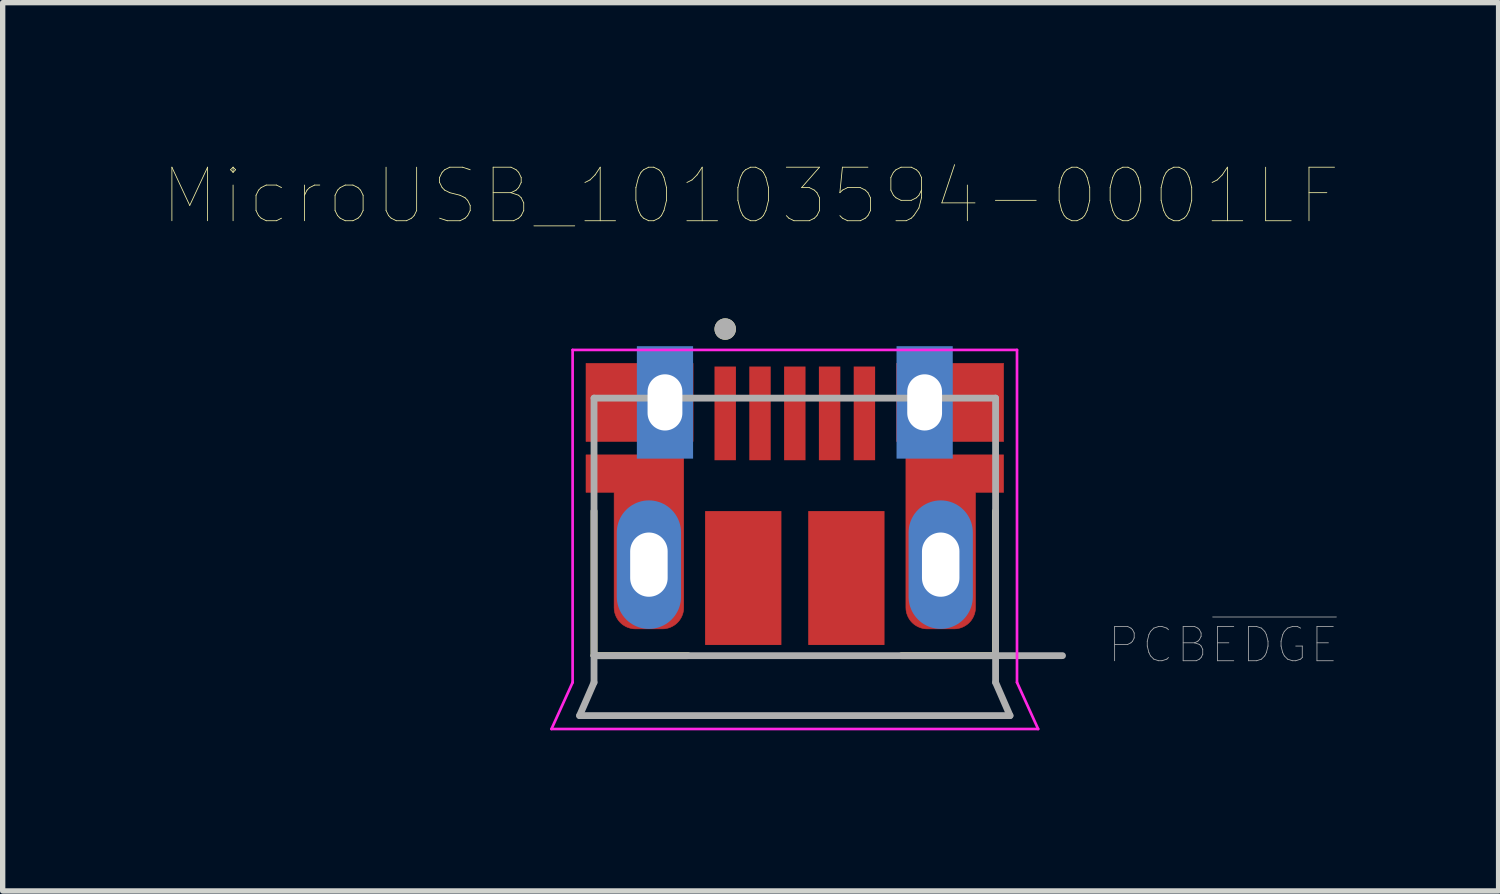
<source format=kicad_pcb>
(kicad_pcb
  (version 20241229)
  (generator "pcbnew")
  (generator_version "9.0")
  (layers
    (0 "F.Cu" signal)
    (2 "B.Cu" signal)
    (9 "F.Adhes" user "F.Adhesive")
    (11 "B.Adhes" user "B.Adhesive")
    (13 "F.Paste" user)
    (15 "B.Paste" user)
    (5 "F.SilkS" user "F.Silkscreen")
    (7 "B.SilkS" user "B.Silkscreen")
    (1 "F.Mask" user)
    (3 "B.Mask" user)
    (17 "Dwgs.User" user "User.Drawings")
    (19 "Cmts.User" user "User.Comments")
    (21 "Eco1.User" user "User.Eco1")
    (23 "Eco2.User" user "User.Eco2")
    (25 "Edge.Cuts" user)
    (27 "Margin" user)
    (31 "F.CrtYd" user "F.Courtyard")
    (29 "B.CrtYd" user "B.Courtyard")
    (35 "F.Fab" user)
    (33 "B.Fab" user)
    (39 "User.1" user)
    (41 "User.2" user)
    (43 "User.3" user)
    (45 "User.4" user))
  (footprint "MicroUSB_10103594-0001LF"
    (layer "F.Cu")
    (at 11.795 7.496)
    (property "Reference" "MicroUSB_10103594-0001LF" (at -0.825 -6.885 0) (layer "F.SilkS") (effects (font (size 1 1) (thickness 0.015))))
    (attr through_hole)
    (fp_poly (pts (xy -1.9 -2.3) (xy -1.9 -3.76) (xy -3.9 -3.76) (xy -3.9 -2.3)) (stroke (width 0.01) (type solid)) (fill yes) (layer "F.Cu"))
    (fp_poly (pts (xy 1.9 -2.3) (xy 1.9 -3.76) (xy 3.9 -3.76) (xy 3.9 -2.3)) (stroke (width 0.01) (type solid)) (fill yes) (layer "F.Cu"))
    (fp_poly (pts (xy -3.9 -2.05) (xy -3.9 -1.35) (xy -3.375 -1.35) (xy -3.375 0.8) (xy -3.374 0.821) (xy -3.373 0.842) (xy -3.37 0.863) (xy -3.366 0.883) (xy -3.361 0.904) (xy -3.355 0.924) (xy -3.348 0.943) (xy -3.34 0.963) (xy -3.331 0.982) (xy -3.321 1) (xy -3.31 1.018) (xy -3.299 1.035) (xy -3.286 1.052) (xy -3.272 1.068) (xy -3.258 1.083) (xy -3.243 1.097) (xy -3.227 1.111) (xy -3.21 1.124) (xy -3.193 1.135) (xy -3.175 1.146) (xy -3.157 1.156) (xy -3.138 1.165) (xy -3.118 1.173) (xy -3.099 1.18) (xy -3.079 1.186) (xy -3.058 1.191) (xy -3.038 1.195) (xy -3.017 1.198) (xy -2.996 1.199) (xy -2.975 1.2) (xy -2.475 1.2) (xy -2.454 1.199) (xy -2.433 1.198) (xy -2.412 1.195) (xy -2.392 1.191) (xy -2.371 1.186) (xy -2.351 1.18) (xy -2.332 1.173) (xy -2.312 1.165) (xy -2.293 1.156) (xy -2.275 1.146) (xy -2.257 1.135) (xy -2.24 1.124) (xy -2.223 1.111) (xy -2.207 1.097) (xy -2.192 1.083) (xy -2.178 1.068) (xy -2.164 1.052) (xy -2.151 1.035) (xy -2.14 1.018) (xy -2.129 1) (xy -2.119 0.982) (xy -2.11 0.963) (xy -2.102 0.943) (xy -2.095 0.924) (xy -2.089 0.904) (xy -2.084 0.883) (xy -2.08 0.863) (xy -2.077 0.842) (xy -2.076 0.821) (xy -2.075 0.8) (xy -2.075 -2.05) (xy -3.9 -2.05)) (stroke (width 0.01) (type solid)) (fill yes) (layer "F.Cu"))
    (fp_poly (pts (xy 3.9 -2.05) (xy 3.9 -1.35) (xy 3.375 -1.35) (xy 3.375 0.8) (xy 3.374 0.821) (xy 3.373 0.842) (xy 3.37 0.863) (xy 3.366 0.883) (xy 3.361 0.904) (xy 3.355 0.924) (xy 3.348 0.943) (xy 3.34 0.963) (xy 3.331 0.982) (xy 3.321 1) (xy 3.31 1.018) (xy 3.299 1.035) (xy 3.286 1.052) (xy 3.272 1.068) (xy 3.258 1.083) (xy 3.243 1.097) (xy 3.227 1.111) (xy 3.21 1.124) (xy 3.193 1.135) (xy 3.175 1.146) (xy 3.157 1.156) (xy 3.138 1.165) (xy 3.118 1.173) (xy 3.099 1.18) (xy 3.079 1.186) (xy 3.058 1.191) (xy 3.038 1.195) (xy 3.017 1.198) (xy 2.996 1.199) (xy 2.975 1.2) (xy 2.475 1.2) (xy 2.454 1.199) (xy 2.433 1.198) (xy 2.412 1.195) (xy 2.392 1.191) (xy 2.371 1.186) (xy 2.351 1.18) (xy 2.332 1.173) (xy 2.312 1.165) (xy 2.293 1.156) (xy 2.275 1.146) (xy 2.257 1.135) (xy 2.24 1.124) (xy 2.223 1.111) (xy 2.207 1.097) (xy 2.192 1.083) (xy 2.178 1.068) (xy 2.164 1.052) (xy 2.151 1.035) (xy 2.14 1.018) (xy 2.129 1) (xy 2.119 0.982) (xy 2.11 0.963) (xy 2.102 0.943) (xy 2.095 0.924) (xy 2.089 0.904) (xy 2.084 0.883) (xy 2.08 0.863) (xy 2.077 0.842) (xy 2.076 0.821) (xy 2.075 0.8) (xy 2.075 -2.05) (xy 3.9 -2.05)) (stroke (width 0.01) (type solid)) (fill yes) (layer "F.Cu"))
    (fp_poly (pts (xy -4 -3.86) (xy -1.8 -3.86) (xy -1.8 -2.2) (xy -4 -2.2)) (stroke (width 0.01) (type solid)) (fill yes) (layer "F.Mask"))
    (fp_poly (pts (xy 1.8 -3.86) (xy 4 -3.86) (xy 4 -2.2) (xy 1.8 -2.2)) (stroke (width 0.01) (type solid)) (fill yes) (layer "F.Mask"))
    (fp_poly (pts (xy -4 -2.15) (xy -1.975 -2.15) (xy -1.975 0.8) (xy -1.976 0.826) (xy -1.978 0.852) (xy -1.981 0.878) (xy -1.986 0.904) (xy -1.992 0.929) (xy -1.999 0.955) (xy -2.008 0.979) (xy -2.018 1.003) (xy -2.029 1.027) (xy -2.042 1.05) (xy -2.056 1.072) (xy -2.07 1.094) (xy -2.086 1.115) (xy -2.103 1.135) (xy -2.121 1.154) (xy -2.14 1.172) (xy -2.16 1.189) (xy -2.181 1.205) (xy -2.203 1.219) (xy -2.225 1.233) (xy -2.248 1.246) (xy -2.272 1.257) (xy -2.296 1.267) (xy -2.32 1.276) (xy -2.346 1.283) (xy -2.371 1.289) (xy -2.397 1.294) (xy -2.423 1.297) (xy -2.449 1.299) (xy -2.475 1.3) (xy -2.975 1.3) (xy -3.001 1.299) (xy -3.027 1.297) (xy -3.053 1.294) (xy -3.079 1.289) (xy -3.104 1.283) (xy -3.13 1.276) (xy -3.154 1.267) (xy -3.178 1.257) (xy -3.202 1.246) (xy -3.225 1.233) (xy -3.247 1.219) (xy -3.269 1.205) (xy -3.29 1.189) (xy -3.31 1.172) (xy -3.329 1.154) (xy -3.347 1.135) (xy -3.364 1.115) (xy -3.38 1.094) (xy -3.394 1.072) (xy -3.408 1.05) (xy -3.421 1.027) (xy -3.432 1.003) (xy -3.442 0.979) (xy -3.451 0.955) (xy -3.458 0.929) (xy -3.464 0.904) (xy -3.469 0.878) (xy -3.472 0.852) (xy -3.474 0.826) (xy -3.475 0.8) (xy -3.475 -1.25) (xy -4 -1.25) (xy -4 -2.15)) (stroke (width 0.01) (type solid)) (fill yes) (layer "F.Mask"))
    (fp_poly (pts (xy 4 -2.15) (xy 1.975 -2.15) (xy 1.975 0.8) (xy 1.976 0.826) (xy 1.978 0.852) (xy 1.981 0.878) (xy 1.986 0.904) (xy 1.992 0.929) (xy 1.999 0.955) (xy 2.008 0.979) (xy 2.018 1.003) (xy 2.029 1.027) (xy 2.042 1.05) (xy 2.056 1.072) (xy 2.07 1.094) (xy 2.086 1.115) (xy 2.103 1.135) (xy 2.121 1.154) (xy 2.14 1.172) (xy 2.16 1.189) (xy 2.181 1.205) (xy 2.203 1.219) (xy 2.225 1.233) (xy 2.248 1.246) (xy 2.272 1.257) (xy 2.296 1.267) (xy 2.32 1.276) (xy 2.346 1.283) (xy 2.371 1.289) (xy 2.397 1.294) (xy 2.423 1.297) (xy 2.449 1.299) (xy 2.475 1.3) (xy 2.975 1.3) (xy 3.001 1.299) (xy 3.027 1.297) (xy 3.053 1.294) (xy 3.079 1.289) (xy 3.104 1.283) (xy 3.13 1.276) (xy 3.154 1.267) (xy 3.178 1.257) (xy 3.202 1.246) (xy 3.225 1.233) (xy 3.247 1.219) (xy 3.269 1.205) (xy 3.29 1.189) (xy 3.31 1.172) (xy 3.329 1.154) (xy 3.347 1.135) (xy 3.364 1.115) (xy 3.38 1.094) (xy 3.394 1.072) (xy 3.408 1.05) (xy 3.421 1.027) (xy 3.432 1.003) (xy 3.442 0.979) (xy 3.451 0.955) (xy 3.458 0.929) (xy 3.464 0.904) (xy 3.469 0.878) (xy 3.472 0.852) (xy 3.474 0.826) (xy 3.475 0.8) (xy 3.475 -1.25) (xy 4 -1.25) (xy 4 -2.15)) (stroke (width 0.01) (type solid)) (fill yes) (layer "F.Mask"))
    (fp_line (start -3.75 -1) (end -3.75 1.7) (stroke (width 0.127) (type solid)) (layer "F.SilkS"))
    (fp_line (start -3.75 1.7) (end -1.995 1.7) (stroke (width 0.127) (type solid)) (layer "F.SilkS"))
    (fp_line (start 3.75 -1) (end 3.75 1.7) (stroke (width 0.127) (type solid)) (layer "F.SilkS"))
    (fp_line (start 3.75 1.7) (end 1.995 1.7) (stroke (width 0.127) (type solid)) (layer "F.SilkS"))
    (fp_circle (center -1.3 -4.4) (end -1.2 -4.4) (stroke (width 0.2) (type solid)) (fill no) (layer "F.SilkS"))
    (fp_line (start -4.545 3.07) (end -4.15 2.2) (stroke (width 0.05) (type solid)) (layer "F.CrtYd"))
    (fp_line (start -4.545 3.07) (end 4.545 3.07) (stroke (width 0.05) (type solid)) (layer "F.CrtYd"))
    (fp_line (start -4.15 -4.01) (end 4.15 -4.01) (stroke (width 0.05) (type solid)) (layer "F.CrtYd"))
    (fp_line (start -4.15 2.2) (end -4.15 -4.01) (stroke (width 0.05) (type solid)) (layer "F.CrtYd"))
    (fp_line (start 4.15 -4.01) (end 4.15 2.2) (stroke (width 0.05) (type solid)) (layer "F.CrtYd"))
    (fp_line (start 4.545 3.07) (end 4.15 2.2) (stroke (width 0.05) (type solid)) (layer "F.CrtYd"))
    (fp_line (start -4.02 2.82) (end -3.75 2.2) (stroke (width 0.127) (type solid)) (layer "F.Fab"))
    (fp_line (start -4.02 2.82) (end 4.02 2.82) (stroke (width 0.127) (type solid)) (layer "F.Fab"))
    (fp_line (start -3.75 -3.11) (end -3.75 1.7) (stroke (width 0.127) (type solid)) (layer "F.Fab"))
    (fp_line (start -3.75 -3.11) (end 3.75 -3.11) (stroke (width 0.127) (type solid)) (layer "F.Fab"))
    (fp_line (start -3.75 1.7) (end -3.75 2.2) (stroke (width 0.127) (type solid)) (layer "F.Fab"))
    (fp_line (start -3.75 1.7) (end 5 1.7) (stroke (width 0.127) (type solid)) (layer "F.Fab"))
    (fp_line (start 3.75 -3.11) (end 3.75 2.2) (stroke (width 0.127) (type solid)) (layer "F.Fab"))
    (fp_line (start 4.02 2.82) (end 3.75 2.2) (stroke (width 0.127) (type solid)) (layer "F.Fab"))
    (fp_circle (center -1.3 -4.4) (end -1.2 -4.4) (stroke (width 0.2) (type solid)) (fill no) (layer "F.Fab"))
    (fp_text user "PCB~{EDGE}" (at 8 1.5 0) (layer "F.Fab") (effects (font (size 0.64 0.64) (thickness 0.015))))
    (pad "1" smd rect (at -1.3 -2.825) (size 0.4 1.75) (layers "F.Cu" "F.Mask" "F.Paste"))
    (pad "2" smd rect (at -0.65 -2.825) (size 0.4 1.75) (layers "F.Cu" "F.Mask" "F.Paste"))
    (pad "3" smd rect (at 0 -2.825) (size 0.4 1.75) (layers "F.Cu" "F.Mask" "F.Paste"))
    (pad "4" smd rect (at 0.65 -2.825) (size 0.4 1.75) (layers "F.Cu" "F.Mask" "F.Paste"))
    (pad "5" smd rect (at 1.3 -2.825) (size 0.4 1.75) (layers "F.Cu" "F.Mask" "F.Paste"))
    (pad "6" thru_hole oval (at -2.425 -3.03) (size 0.73 1.46) (drill oval 0.65 1.05) (layers "*.Cu"))
    (pad "7" thru_hole oval (at 2.425 -3.03) (size 0.73 1.46) (drill oval 0.65 1.05) (layers "*.Cu"))
    (pad "8" thru_hole oval (at -2.725 0) (size 1.2 2.4) (drill oval 0.7 1.2) (layers "*.Cu" "*.Mask"))
    (pad "9" thru_hole oval (at 2.725 0) (size 1.2 2.4) (drill oval 0.7 1.2) (layers "*.Cu" "*.Mask"))
    (pad "10" smd rect (at -2.425 -3.03) (size 1.05 2.1) (layers "B.Cu" "B.Mask"))
    (pad "11" smd rect (at 2.425 -3.03) (size 1.05 2.1) (layers "B.Cu" "B.Mask"))
    (pad "S1" smd rect (at -0.963 0.25) (size 1.425 2.5) (layers "F.Cu" "F.Mask" "F.Paste"))
    (pad "S2" smd rect (at 0.963 0.25) (size 1.425 2.5) (layers "F.Cu" "F.Mask" "F.Paste")))
  (gr_rect
    (start -3 -3)
    (end 24.94 13.591)
    (stroke (width 0.1) (type default))
    (fill no)
    (layer "Edge.Cuts")))
</source>
